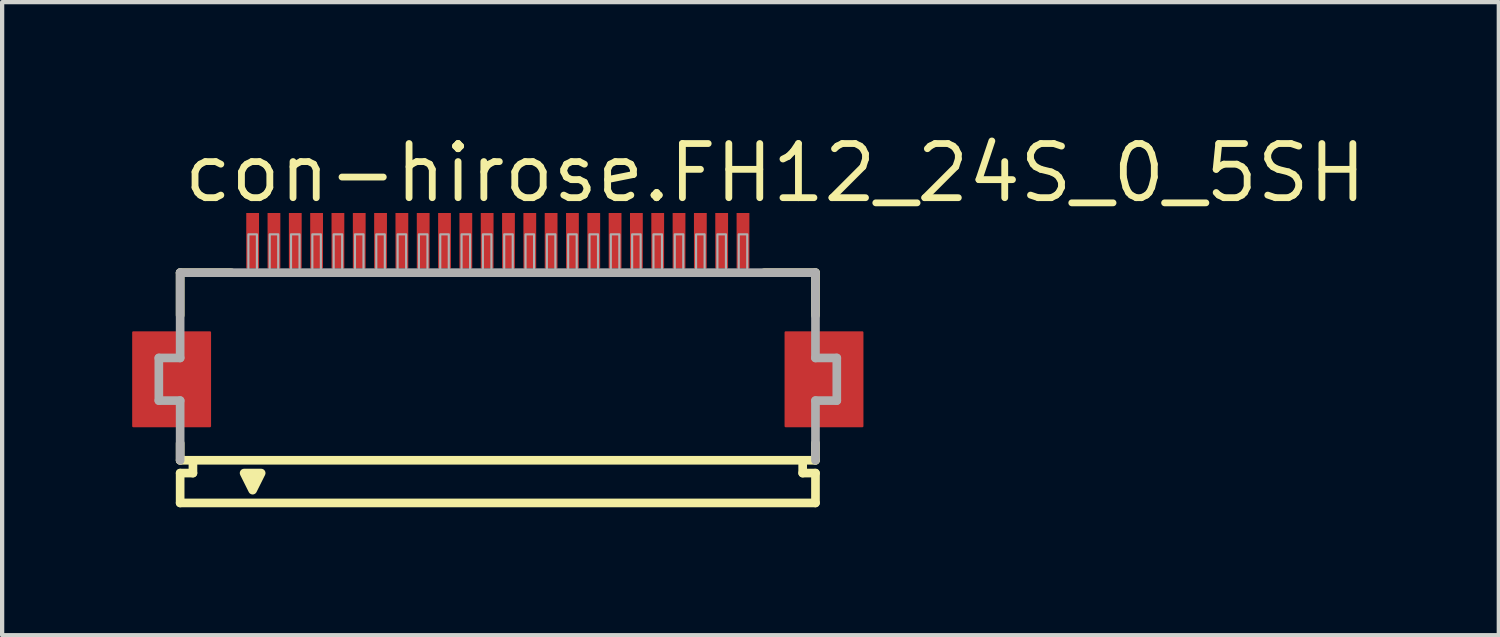
<source format=kicad_pcb>
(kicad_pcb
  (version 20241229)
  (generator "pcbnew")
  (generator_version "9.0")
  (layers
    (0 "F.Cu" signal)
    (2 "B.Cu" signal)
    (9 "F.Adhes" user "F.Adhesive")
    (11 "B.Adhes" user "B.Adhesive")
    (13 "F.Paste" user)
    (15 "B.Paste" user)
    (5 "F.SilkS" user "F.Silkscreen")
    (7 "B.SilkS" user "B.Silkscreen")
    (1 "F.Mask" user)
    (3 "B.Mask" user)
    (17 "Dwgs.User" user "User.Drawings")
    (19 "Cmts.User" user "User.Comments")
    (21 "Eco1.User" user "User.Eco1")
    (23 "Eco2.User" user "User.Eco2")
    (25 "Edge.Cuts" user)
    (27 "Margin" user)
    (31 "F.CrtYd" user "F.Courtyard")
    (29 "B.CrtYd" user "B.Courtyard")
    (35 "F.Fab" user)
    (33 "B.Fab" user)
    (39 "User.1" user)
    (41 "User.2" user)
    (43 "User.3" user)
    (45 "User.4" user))
  (footprint "con-hirose.FH12_24S_0_5SH"
    (layer "F.Cu")
    (at 8.625 5.845)
    (property "Reference" "con-hirose.FH12_24S_0_5SH" (at -7.448 -4.095 0) (layer "F.SilkS") (effects (font (size 1.27 1.27) (thickness 0.16)) (justify left bottom)))
    (attr smd)
    (fp_rect (start -8.55 1.1) (end -6.75 -1.1) (stroke (width 0.05) (type default)) (fill yes) (layer "F.Cu"))
    (fp_rect (start 6.75 1.1) (end 8.55 -1.1) (stroke (width 0.05) (type default)) (fill yes) (layer "F.Cu"))
    (fp_rect (start -8.6 1.175) (end -6.7 -1.175) (stroke (width 0.05) (type default)) (fill yes) (layer "F.Mask"))
    (fp_rect (start -5.95 -2.55) (end -5.55 -3.95) (stroke (width 0.05) (type default)) (fill yes) (layer "F.Mask"))
    (fp_rect (start -5.45 -2.55) (end -5.05 -3.95) (stroke (width 0.05) (type default)) (fill yes) (layer "F.Mask"))
    (fp_rect (start -4.95 -2.55) (end -4.55 -3.95) (stroke (width 0.05) (type default)) (fill yes) (layer "F.Mask"))
    (fp_rect (start -4.45 -2.55) (end -4.05 -3.95) (stroke (width 0.05) (type default)) (fill yes) (layer "F.Mask"))
    (fp_rect (start -3.95 -2.55) (end -3.55 -3.95) (stroke (width 0.05) (type default)) (fill yes) (layer "F.Mask"))
    (fp_rect (start -3.45 -2.55) (end -3.05 -3.95) (stroke (width 0.05) (type default)) (fill yes) (layer "F.Mask"))
    (fp_rect (start -2.95 -2.55) (end -2.55 -3.95) (stroke (width 0.05) (type default)) (fill yes) (layer "F.Mask"))
    (fp_rect (start -2.45 -2.55) (end -2.05 -3.95) (stroke (width 0.05) (type default)) (fill yes) (layer "F.Mask"))
    (fp_rect (start -1.95 -2.55) (end -1.55 -3.95) (stroke (width 0.05) (type default)) (fill yes) (layer "F.Mask"))
    (fp_rect (start -1.45 -2.55) (end -1.05 -3.95) (stroke (width 0.05) (type default)) (fill yes) (layer "F.Mask"))
    (fp_rect (start -0.95 -2.55) (end -0.55 -3.95) (stroke (width 0.05) (type default)) (fill yes) (layer "F.Mask"))
    (fp_rect (start -0.45 -2.55) (end -0.05 -3.95) (stroke (width 0.05) (type default)) (fill yes) (layer "F.Mask"))
    (fp_rect (start 0.05 -2.55) (end 0.45 -3.95) (stroke (width 0.05) (type default)) (fill yes) (layer "F.Mask"))
    (fp_rect (start 0.55 -2.55) (end 0.95 -3.95) (stroke (width 0.05) (type default)) (fill yes) (layer "F.Mask"))
    (fp_rect (start 1.05 -2.55) (end 1.45 -3.95) (stroke (width 0.05) (type default)) (fill yes) (layer "F.Mask"))
    (fp_rect (start 1.55 -2.55) (end 1.95 -3.95) (stroke (width 0.05) (type default)) (fill yes) (layer "F.Mask"))
    (fp_rect (start 2.05 -2.55) (end 2.45 -3.95) (stroke (width 0.05) (type default)) (fill yes) (layer "F.Mask"))
    (fp_rect (start 2.55 -2.55) (end 2.95 -3.95) (stroke (width 0.05) (type default)) (fill yes) (layer "F.Mask"))
    (fp_rect (start 3.05 -2.55) (end 3.45 -3.95) (stroke (width 0.05) (type default)) (fill yes) (layer "F.Mask"))
    (fp_rect (start 3.55 -2.55) (end 3.95 -3.95) (stroke (width 0.05) (type default)) (fill yes) (layer "F.Mask"))
    (fp_rect (start 4.05 -2.55) (end 4.45 -3.95) (stroke (width 0.05) (type default)) (fill yes) (layer "F.Mask"))
    (fp_rect (start 4.55 -2.55) (end 4.95 -3.95) (stroke (width 0.05) (type default)) (fill yes) (layer "F.Mask"))
    (fp_rect (start 5.05 -2.55) (end 5.45 -3.95) (stroke (width 0.05) (type default)) (fill yes) (layer "F.Mask"))
    (fp_rect (start 5.55 -2.55) (end 5.95 -3.95) (stroke (width 0.05) (type default)) (fill yes) (layer "F.Mask"))
    (fp_rect (start 6.7 1.175) (end 8.6 -1.175) (stroke (width 0.05) (type default)) (fill yes) (layer "F.Mask"))
    (fp_line (start -7.45 -2.5) (end -7.45 -1.5) (stroke (width 0.203) (type default)) (layer "F.SilkS"))
    (fp_line (start -7.45 1.5) (end -7.45 1.9) (stroke (width 0.203) (type default)) (layer "F.SilkS"))
    (fp_line (start -7.45 1.9) (end -7.15 1.9) (stroke (width 0.203) (type default)) (layer "F.SilkS"))
    (fp_line (start -7.45 2.2) (end -7.45 2.9) (stroke (width 0.203) (type default)) (layer "F.SilkS"))
    (fp_line (start -7.15 1.9) (end -7.15 2.2) (stroke (width 0.203) (type default)) (layer "F.SilkS"))
    (fp_line (start -7.15 2.2) (end -7.45 2.2) (stroke (width 0.203) (type default)) (layer "F.SilkS"))
    (fp_line (start -6.25 -2.5) (end -7.45 -2.5) (stroke (width 0.203) (type default)) (layer "F.SilkS"))
    (fp_line (start 7.15 1.9) (end -7.15 1.9) (stroke (width 0.203) (type default)) (layer "F.SilkS"))
    (fp_line (start 7.15 1.9) (end 7.45 1.9) (stroke (width 0.203) (type default)) (layer "F.SilkS"))
    (fp_line (start 7.15 2.2) (end 7.15 1.9) (stroke (width 0.203) (type default)) (layer "F.SilkS"))
    (fp_line (start 7.45 -2.5) (end 6.25 -2.5) (stroke (width 0.203) (type default)) (layer "F.SilkS"))
    (fp_line (start 7.45 -1.5) (end 7.45 -2.5) (stroke (width 0.203) (type default)) (layer "F.SilkS"))
    (fp_line (start 7.45 1.9) (end 7.45 1.5) (stroke (width 0.203) (type default)) (layer "F.SilkS"))
    (fp_line (start 7.45 2.2) (end 7.15 2.2) (stroke (width 0.203) (type default)) (layer "F.SilkS"))
    (fp_line (start 7.45 2.9) (end -7.45 2.9) (stroke (width 0.203) (type default)) (layer "F.SilkS"))
    (fp_line (start 7.45 2.9) (end 7.45 2.2) (stroke (width 0.203) (type default)) (layer "F.SilkS"))
    (fp_poly (pts (xy -5.95 2.2) (xy -5.75 2.6) (xy -5.55 2.2)) (stroke (width 0.203) (type default)) (fill yes) (layer "F.SilkS"))
    (fp_rect (start -8.475 1.025) (end -6.825 -1.025) (stroke (width 0.05) (type default)) (fill yes) (layer "F.Paste"))
    (fp_rect (start -5.875 -2.625) (end -5.625 -3.875) (stroke (width 0.05) (type default)) (fill yes) (layer "F.Paste"))
    (fp_rect (start -5.375 -2.625) (end -5.125 -3.875) (stroke (width 0.05) (type default)) (fill yes) (layer "F.Paste"))
    (fp_rect (start -4.875 -2.625) (end -4.625 -3.875) (stroke (width 0.05) (type default)) (fill yes) (layer "F.Paste"))
    (fp_rect (start -4.375 -2.625) (end -4.125 -3.875) (stroke (width 0.05) (type default)) (fill yes) (layer "F.Paste"))
    (fp_rect (start -3.875 -2.625) (end -3.625 -3.875) (stroke (width 0.05) (type default)) (fill yes) (layer "F.Paste"))
    (fp_rect (start -3.375 -2.625) (end -3.125 -3.875) (stroke (width 0.05) (type default)) (fill yes) (layer "F.Paste"))
    (fp_rect (start -2.875 -2.625) (end -2.625 -3.875) (stroke (width 0.05) (type default)) (fill yes) (layer "F.Paste"))
    (fp_rect (start -2.375 -2.625) (end -2.125 -3.875) (stroke (width 0.05) (type default)) (fill yes) (layer "F.Paste"))
    (fp_rect (start -1.875 -2.625) (end -1.625 -3.875) (stroke (width 0.05) (type default)) (fill yes) (layer "F.Paste"))
    (fp_rect (start -1.375 -2.625) (end -1.125 -3.875) (stroke (width 0.05) (type default)) (fill yes) (layer "F.Paste"))
    (fp_rect (start -0.875 -2.625) (end -0.625 -3.875) (stroke (width 0.05) (type default)) (fill yes) (layer "F.Paste"))
    (fp_rect (start -0.375 -2.625) (end -0.125 -3.875) (stroke (width 0.05) (type default)) (fill yes) (layer "F.Paste"))
    (fp_rect (start 0.125 -2.625) (end 0.375 -3.875) (stroke (width 0.05) (type default)) (fill yes) (layer "F.Paste"))
    (fp_rect (start 0.625 -2.625) (end 0.875 -3.875) (stroke (width 0.05) (type default)) (fill yes) (layer "F.Paste"))
    (fp_rect (start 1.125 -2.625) (end 1.375 -3.875) (stroke (width 0.05) (type default)) (fill yes) (layer "F.Paste"))
    (fp_rect (start 1.625 -2.625) (end 1.875 -3.875) (stroke (width 0.05) (type default)) (fill yes) (layer "F.Paste"))
    (fp_rect (start 2.125 -2.625) (end 2.375 -3.875) (stroke (width 0.05) (type default)) (fill yes) (layer "F.Paste"))
    (fp_rect (start 2.625 -2.625) (end 2.875 -3.875) (stroke (width 0.05) (type default)) (fill yes) (layer "F.Paste"))
    (fp_rect (start 3.125 -2.625) (end 3.375 -3.875) (stroke (width 0.05) (type default)) (fill yes) (layer "F.Paste"))
    (fp_rect (start 3.625 -2.625) (end 3.875 -3.875) (stroke (width 0.05) (type default)) (fill yes) (layer "F.Paste"))
    (fp_rect (start 4.125 -2.625) (end 4.375 -3.875) (stroke (width 0.05) (type default)) (fill yes) (layer "F.Paste"))
    (fp_rect (start 4.625 -2.625) (end 4.875 -3.875) (stroke (width 0.05) (type default)) (fill yes) (layer "F.Paste"))
    (fp_rect (start 5.125 -2.625) (end 5.375 -3.875) (stroke (width 0.05) (type default)) (fill yes) (layer "F.Paste"))
    (fp_rect (start 5.625 -2.625) (end 5.875 -3.875) (stroke (width 0.05) (type default)) (fill yes) (layer "F.Paste"))
    (fp_rect (start 6.825 1.025) (end 8.475 -1.025) (stroke (width 0.05) (type default)) (fill yes) (layer "F.Paste"))
    (fp_line (start -7.95 -0.5) (end -7.95 0.5) (stroke (width 0.203) (type default)) (layer "F.Fab"))
    (fp_line (start -7.95 0.5) (end -7.45 0.5) (stroke (width 0.203) (type default)) (layer "F.Fab"))
    (fp_line (start -7.45 -2.5) (end -7.45 -0.5) (stroke (width 0.203) (type default)) (layer "F.Fab"))
    (fp_line (start -7.45 -0.5) (end -7.95 -0.5) (stroke (width 0.203) (type default)) (layer "F.Fab"))
    (fp_line (start -7.45 0.5) (end -7.45 1.9) (stroke (width 0.203) (type default)) (layer "F.Fab"))
    (fp_line (start 7.45 -2.5) (end -7.45 -2.5) (stroke (width 0.203) (type default)) (layer "F.Fab"))
    (fp_line (start 7.45 -0.5) (end 7.45 -2.5) (stroke (width 0.203) (type default)) (layer "F.Fab"))
    (fp_line (start 7.45 0.5) (end 7.95 0.5) (stroke (width 0.203) (type default)) (layer "F.Fab"))
    (fp_line (start 7.45 1.9) (end 7.45 0.5) (stroke (width 0.203) (type default)) (layer "F.Fab"))
    (fp_line (start 7.95 -0.5) (end 7.45 -0.5) (stroke (width 0.203) (type default)) (layer "F.Fab"))
    (fp_line (start 7.95 0.5) (end 7.95 -0.5) (stroke (width 0.203) (type default)) (layer "F.Fab"))
    (fp_rect (start -5.85 -2.55) (end -5.65 -3.4) (stroke (width 0.05) (type default)) (fill no) (layer "F.Fab"))
    (fp_rect (start -5.35 -2.55) (end -5.15 -3.4) (stroke (width 0.05) (type default)) (fill no) (layer "F.Fab"))
    (fp_rect (start -4.85 -2.55) (end -4.65 -3.4) (stroke (width 0.05) (type default)) (fill no) (layer "F.Fab"))
    (fp_rect (start -4.35 -2.55) (end -4.15 -3.4) (stroke (width 0.05) (type default)) (fill no) (layer "F.Fab"))
    (fp_rect (start -3.85 -2.55) (end -3.65 -3.4) (stroke (width 0.05) (type default)) (fill no) (layer "F.Fab"))
    (fp_rect (start -3.35 -2.55) (end -3.15 -3.4) (stroke (width 0.05) (type default)) (fill no) (layer "F.Fab"))
    (fp_rect (start -2.85 -2.55) (end -2.65 -3.4) (stroke (width 0.05) (type default)) (fill no) (layer "F.Fab"))
    (fp_rect (start -2.35 -2.55) (end -2.15 -3.4) (stroke (width 0.05) (type default)) (fill no) (layer "F.Fab"))
    (fp_rect (start -1.85 -2.55) (end -1.65 -3.4) (stroke (width 0.05) (type default)) (fill no) (layer "F.Fab"))
    (fp_rect (start -1.35 -2.55) (end -1.15 -3.4) (stroke (width 0.05) (type default)) (fill no) (layer "F.Fab"))
    (fp_rect (start -0.85 -2.55) (end -0.65 -3.4) (stroke (width 0.05) (type default)) (fill no) (layer "F.Fab"))
    (fp_rect (start -0.35 -2.55) (end -0.15 -3.4) (stroke (width 0.05) (type default)) (fill no) (layer "F.Fab"))
    (fp_rect (start 0.15 -2.55) (end 0.35 -3.4) (stroke (width 0.05) (type default)) (fill no) (layer "F.Fab"))
    (fp_rect (start 0.65 -2.55) (end 0.85 -3.4) (stroke (width 0.05) (type default)) (fill no) (layer "F.Fab"))
    (fp_rect (start 1.15 -2.55) (end 1.35 -3.4) (stroke (width 0.05) (type default)) (fill no) (layer "F.Fab"))
    (fp_rect (start 1.65 -2.55) (end 1.85 -3.4) (stroke (width 0.05) (type default)) (fill no) (layer "F.Fab"))
    (fp_rect (start 2.15 -2.55) (end 2.35 -3.4) (stroke (width 0.05) (type default)) (fill no) (layer "F.Fab"))
    (fp_rect (start 2.65 -2.55) (end 2.85 -3.4) (stroke (width 0.05) (type default)) (fill no) (layer "F.Fab"))
    (fp_rect (start 3.15 -2.55) (end 3.35 -3.4) (stroke (width 0.05) (type default)) (fill no) (layer "F.Fab"))
    (fp_rect (start 3.65 -2.55) (end 3.85 -3.4) (stroke (width 0.05) (type default)) (fill no) (layer "F.Fab"))
    (fp_rect (start 4.15 -2.55) (end 4.35 -3.4) (stroke (width 0.05) (type default)) (fill no) (layer "F.Fab"))
    (fp_rect (start 4.65 -2.55) (end 4.85 -3.4) (stroke (width 0.05) (type default)) (fill no) (layer "F.Fab"))
    (fp_rect (start 5.15 -2.55) (end 5.35 -3.4) (stroke (width 0.05) (type default)) (fill no) (layer "F.Fab"))
    (fp_rect (start 5.65 -2.55) (end 5.85 -3.4) (stroke (width 0.05) (type default)) (fill no) (layer "F.Fab"))
    (pad "1" smd roundrect (at -5.75 -3.25) (size 0.3 1.3) (layers "F.Cu" "F.Mask" "F.Paste") (roundrect_rratio 0.01))
    (pad "2" smd roundrect (at -5.25 -3.25) (size 0.3 1.3) (layers "F.Cu" "F.Mask" "F.Paste") (roundrect_rratio 0.01))
    (pad "3" smd roundrect (at -4.75 -3.25) (size 0.3 1.3) (layers "F.Cu" "F.Mask" "F.Paste") (roundrect_rratio 0.01))
    (pad "4" smd roundrect (at -4.25 -3.25) (size 0.3 1.3) (layers "F.Cu" "F.Mask" "F.Paste") (roundrect_rratio 0.01))
    (pad "5" smd roundrect (at -3.75 -3.25) (size 0.3 1.3) (layers "F.Cu" "F.Mask" "F.Paste") (roundrect_rratio 0.01))
    (pad "6" smd roundrect (at -3.25 -3.25) (size 0.3 1.3) (layers "F.Cu" "F.Mask" "F.Paste") (roundrect_rratio 0.01))
    (pad "7" smd roundrect (at -2.75 -3.25) (size 0.3 1.3) (layers "F.Cu" "F.Mask" "F.Paste") (roundrect_rratio 0.01))
    (pad "8" smd roundrect (at -2.25 -3.25) (size 0.3 1.3) (layers "F.Cu" "F.Mask" "F.Paste") (roundrect_rratio 0.01))
    (pad "9" smd roundrect (at -1.75 -3.25) (size 0.3 1.3) (layers "F.Cu" "F.Mask" "F.Paste") (roundrect_rratio 0.01))
    (pad "10" smd roundrect (at -1.25 -3.25) (size 0.3 1.3) (layers "F.Cu" "F.Mask" "F.Paste") (roundrect_rratio 0.01))
    (pad "11" smd roundrect (at -0.75 -3.25) (size 0.3 1.3) (layers "F.Cu" "F.Mask" "F.Paste") (roundrect_rratio 0.01))
    (pad "12" smd roundrect (at -0.25 -3.25) (size 0.3 1.3) (layers "F.Cu" "F.Mask" "F.Paste") (roundrect_rratio 0.01))
    (pad "13" smd roundrect (at 0.25 -3.25) (size 0.3 1.3) (layers "F.Cu" "F.Mask" "F.Paste") (roundrect_rratio 0.01))
    (pad "14" smd roundrect (at 0.75 -3.25) (size 0.3 1.3) (layers "F.Cu" "F.Mask" "F.Paste") (roundrect_rratio 0.01))
    (pad "15" smd roundrect (at 1.25 -3.25) (size 0.3 1.3) (layers "F.Cu" "F.Mask" "F.Paste") (roundrect_rratio 0.01))
    (pad "16" smd roundrect (at 1.75 -3.25) (size 0.3 1.3) (layers "F.Cu" "F.Mask" "F.Paste") (roundrect_rratio 0.01))
    (pad "17" smd roundrect (at 2.25 -3.25) (size 0.3 1.3) (layers "F.Cu" "F.Mask" "F.Paste") (roundrect_rratio 0.01))
    (pad "18" smd roundrect (at 2.75 -3.25) (size 0.3 1.3) (layers "F.Cu" "F.Mask" "F.Paste") (roundrect_rratio 0.01))
    (pad "19" smd roundrect (at 3.25 -3.25) (size 0.3 1.3) (layers "F.Cu" "F.Mask" "F.Paste") (roundrect_rratio 0.01))
    (pad "20" smd roundrect (at 3.75 -3.25) (size 0.3 1.3) (layers "F.Cu" "F.Mask" "F.Paste") (roundrect_rratio 0.01))
    (pad "21" smd roundrect (at 4.25 -3.25) (size 0.3 1.3) (layers "F.Cu" "F.Mask" "F.Paste") (roundrect_rratio 0.01))
    (pad "22" smd roundrect (at 4.75 -3.25) (size 0.3 1.3) (layers "F.Cu" "F.Mask" "F.Paste") (roundrect_rratio 0.01))
    (pad "23" smd roundrect (at 5.25 -3.25) (size 0.3 1.3) (layers "F.Cu" "F.Mask" "F.Paste") (roundrect_rratio 0.01))
    (pad "24" smd roundrect (at 5.75 -3.25) (size 0.3 1.3) (layers "F.Cu" "F.Mask" "F.Paste") (roundrect_rratio 0.01)))
  (gr_rect
    (start -3 -3)
    (end 32.101 11.847)
    (stroke (width 0.1) (type default))
    (fill no)
    (layer "Edge.Cuts")))
</source>
